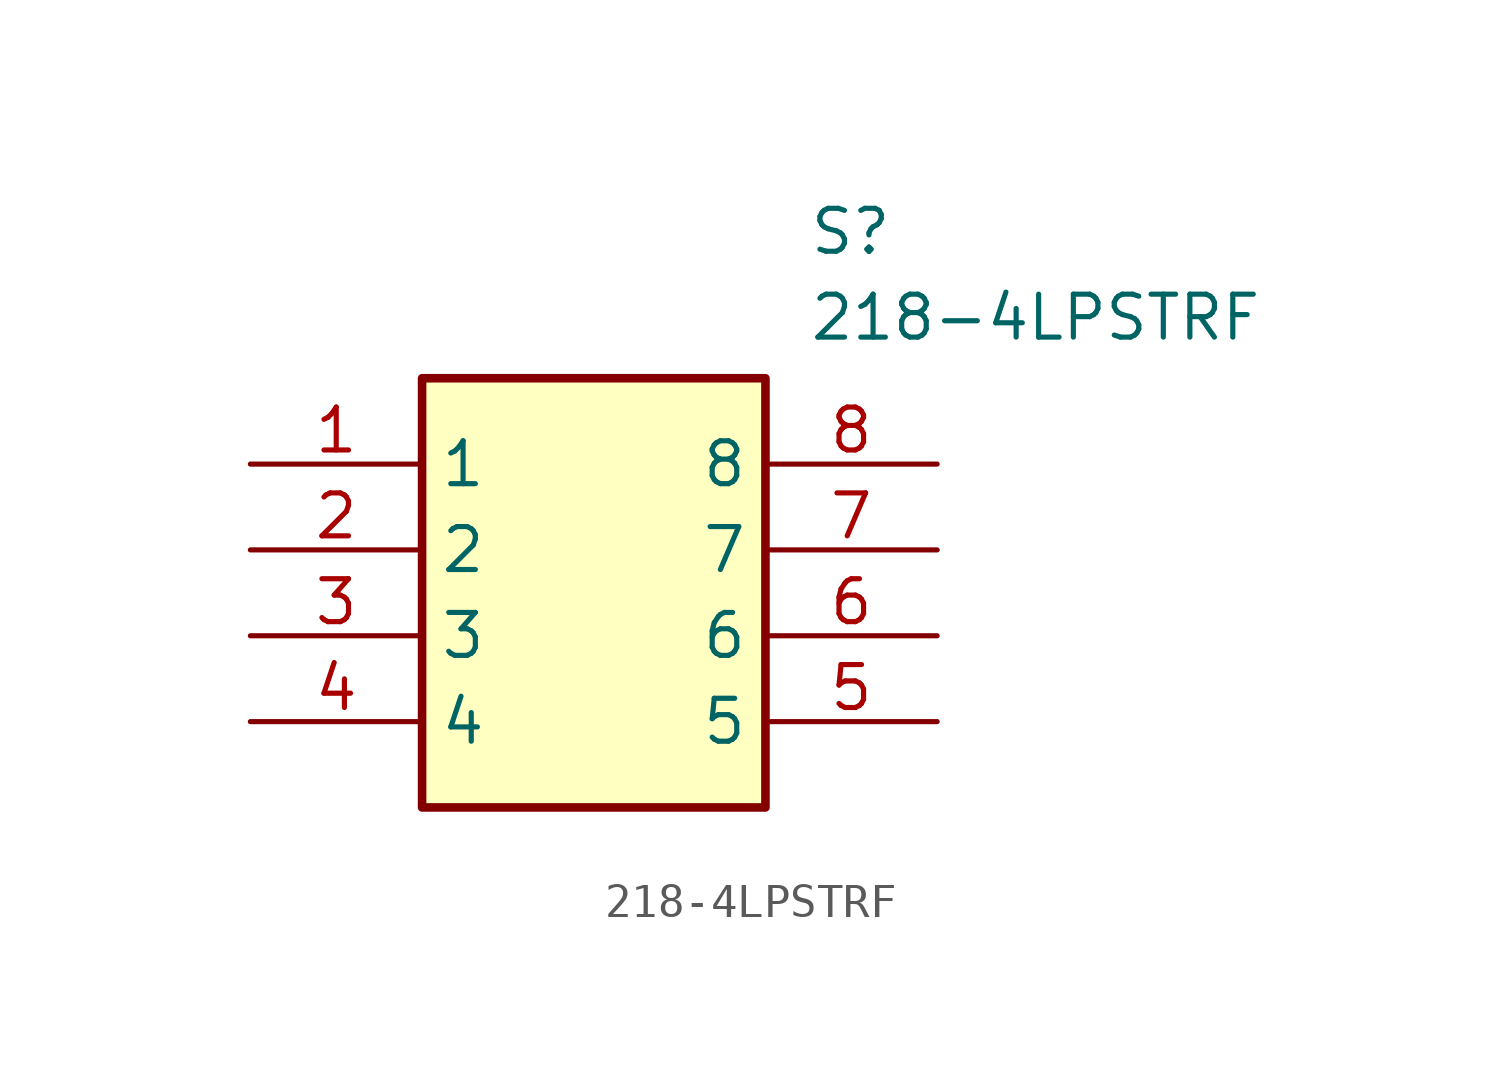
<source format=kicad_sym>
(kicad_symbol_lib
  (version 20211014)
  (generator SamacSys_ECAD_Model)
  (symbol "218-4LPSTRF"
    (property "Reference" "S"
      (at 16.51 7.62 0)
      (effects (font (size 1.27 1.27)) (justify left top)))
    (property "Value" "218-4LPSTRF"
      (at 16.51 5.08 0)
      (effects (font (size 1.27 1.27)) (justify left top)))
    (rectangle
      (start 5.08 2.54)
      (end 15.24 -10.16)
      (stroke (width 0.254) (type default))
      (fill (type background)))
    (pin passive line
      (at 0 0 0)
      (length 5.08)
      (name "1" (effects (font (size 1.27 1.27))))
      (number "1" (effects (font (size 1.27 1.27)))))
    (pin passive line
      (at 0 -2.54 0)
      (length 5.08)
      (name "2" (effects (font (size 1.27 1.27))))
      (number "2" (effects (font (size 1.27 1.27)))))
    (pin passive line
      (at 0 -5.08 0)
      (length 5.08)
      (name "3" (effects (font (size 1.27 1.27))))
      (number "3" (effects (font (size 1.27 1.27)))))
    (pin passive line
      (at 0 -7.62 0)
      (length 5.08)
      (name "4" (effects (font (size 1.27 1.27))))
      (number "4" (effects (font (size 1.27 1.27)))))
    (pin passive line
      (at 20.32 -7.62 180)
      (length 5.08)
      (name "5" (effects (font (size 1.27 1.27))))
      (number "5" (effects (font (size 1.27 1.27)))))
    (pin passive line
      (at 20.32 -5.08 180)
      (length 5.08)
      (name "6" (effects (font (size 1.27 1.27))))
      (number "6" (effects (font (size 1.27 1.27)))))
    (pin passive line
      (at 20.32 -2.54 180)
      (length 5.08)
      (name "7" (effects (font (size 1.27 1.27))))
      (number "7" (effects (font (size 1.27 1.27)))))
    (pin passive line
      (at 20.32 0 180)
      (length 5.08)
      (name "8" (effects (font (size 1.27 1.27))))
      (number "8" (effects (font (size 1.27 1.27)))))))
</source>
